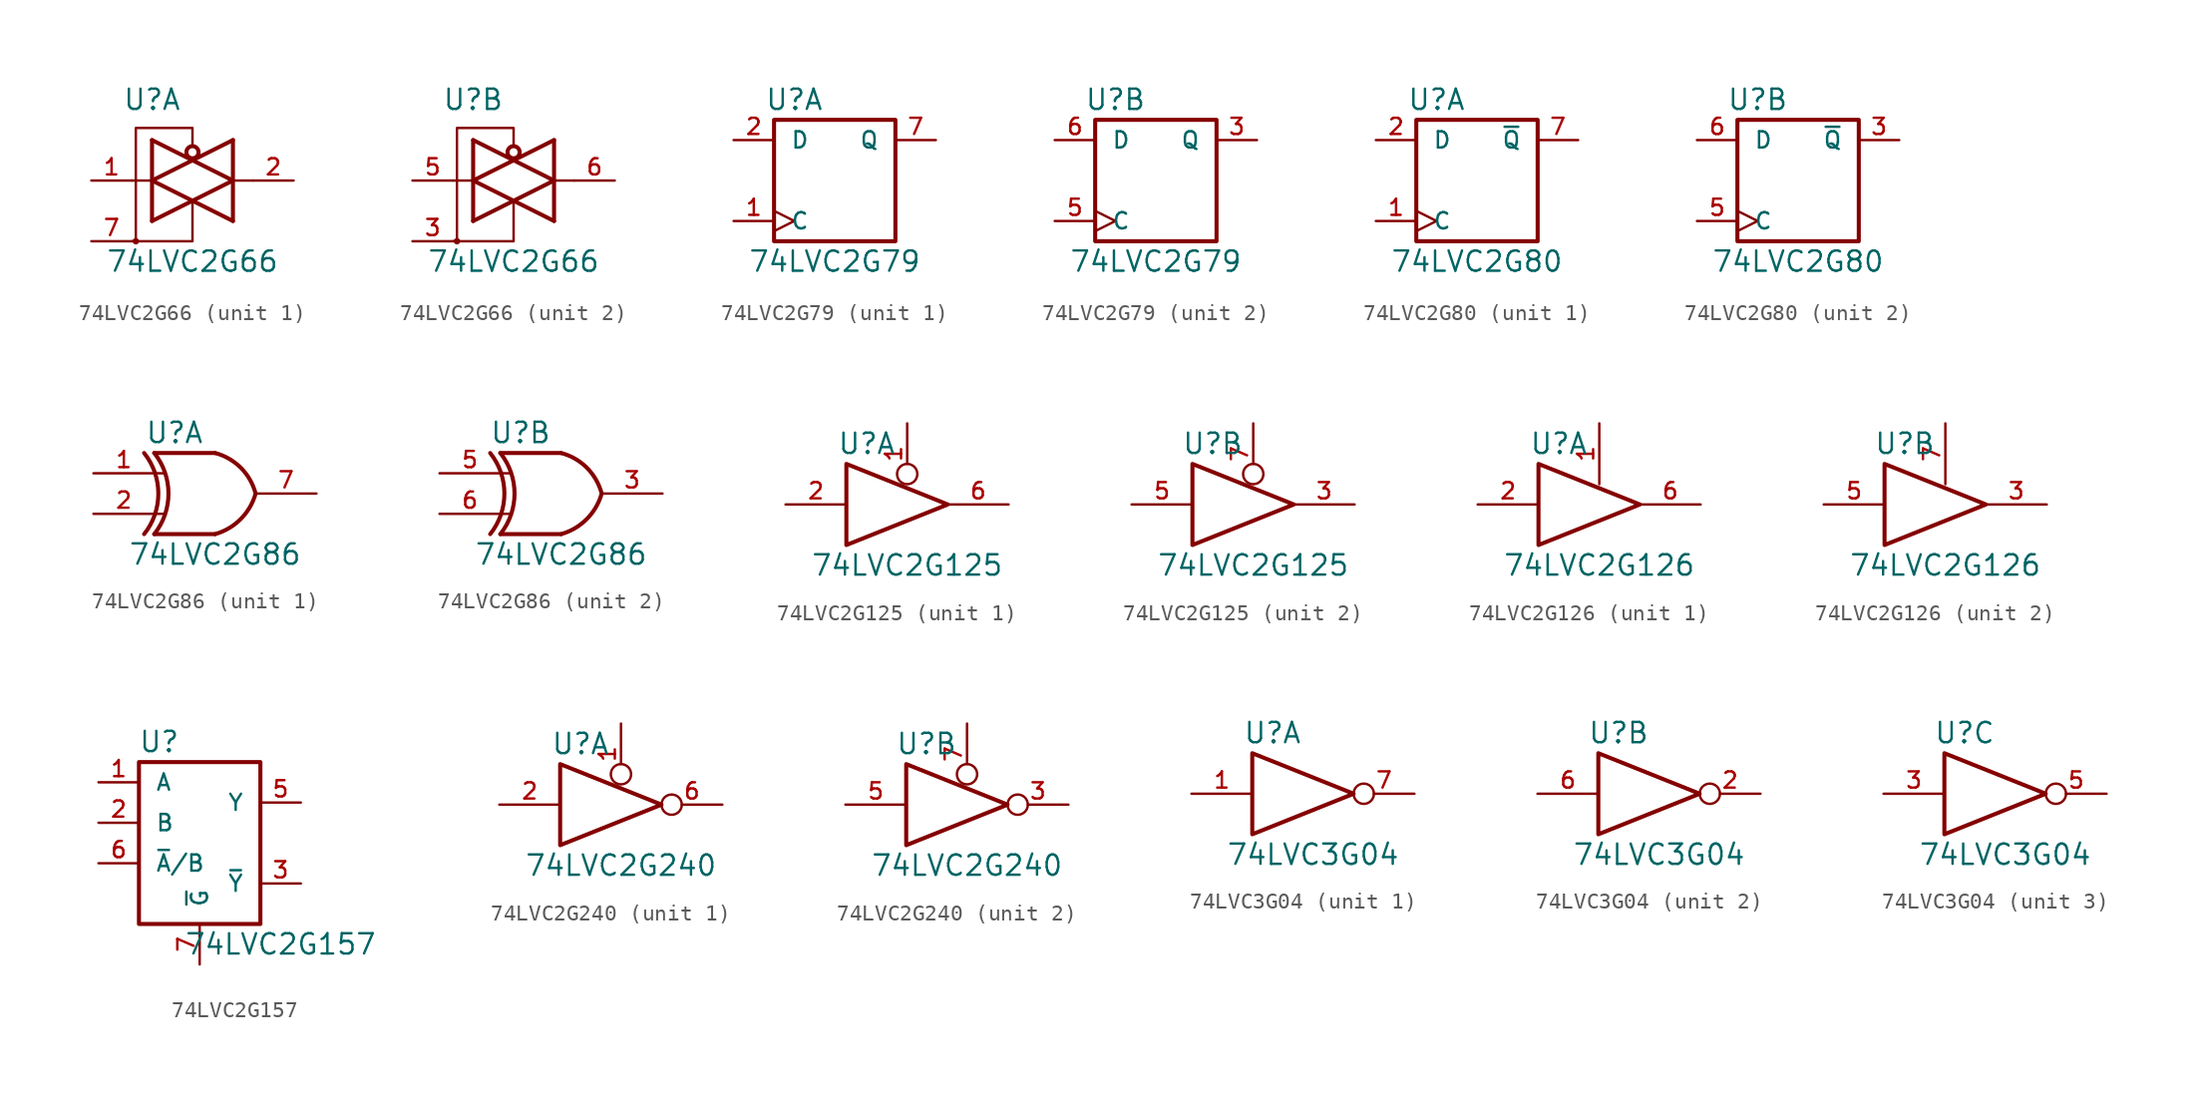
<source format=kicad_sym>
(kicad_symbol_lib
  (version 20211014)
  (generator kicad_symbol_editor)
  (symbol "74LVC2G66"
    (pin_names
      (offset 1.016))
    (property "Reference" "U"
      (at -2.54 5.08 0)
      (effects (font (size 1.27 1.27))))
    (property "Value" "74LVC2G66"
      (at 0 -5.08 0)
      (effects (font (size 1.27 1.27))))
    (symbol "74LVC2G66_0_1"
      (circle (center -3.556 -3.81) (radius 0.127) (stroke (width 0) (type default) (color 0 0 0 0)) (fill (type none)))
      (polyline (pts (xy -3.81 0) (xy -2.54 0)) (stroke (width 0) (type default) (color 0 0 0 0)) (fill (type none)))
      (polyline (pts (xy -2.54 2.54) (xy -2.54 -2.54)) (stroke (width 0.254) (type default) (color 0 0 0 0)) (fill (type none)))
      (polyline (pts (xy 2.54 0) (xy 3.81 0)) (stroke (width 0) (type default) (color 0 0 0 0)) (fill (type none)))
      (polyline (pts (xy 2.54 2.54) (xy 2.54 -2.54)) (stroke (width 0.254) (type default) (color 0 0 0 0)) (fill (type none)))
      (polyline (pts (xy -3.81 -3.81) (xy 0 -3.81) (xy 0 -1.27)) (stroke (width 0) (type default) (color 0 0 0 0)) (fill (type none)))
      (polyline (pts (xy -2.54 -2.54) (xy 2.54 0) (xy -2.54 2.54)) (stroke (width 0.254) (type default) (color 0 0 0 0)) (fill (type none)))
      (polyline (pts (xy 2.54 2.54) (xy -2.54 0) (xy 2.54 -2.54)) (stroke (width 0.254) (type default) (color 0 0 0 0)) (fill (type none)))
      (polyline (pts (xy 0 2.159) (xy 0 3.302) (xy -3.556 3.302) (xy -3.556 -3.81)) (stroke (width 0) (type default) (color 0 0 0 0)) (fill (type none)))
      (circle (center 0 1.778) (radius 0.381) (stroke (width 0.254) (type default) (color 0 0 0 0)) (fill (type none)))
      (pin power_in line (at 1.27 -3.81 270) (length 0) hide (name "GND" (effects (font (size 1.016 1.016)))) (number "4" (effects (font (size 1.016 1.016)))))
      (pin power_in line (at 1.27 3.81 90) (length 0) hide (name "VCC" (effects (font (size 1.016 1.016)))) (number "8" (effects (font (size 1.016 1.016))))))
    (symbol "74LVC2G66_1_1"
      (pin input line (at -6.35 0 0) (length 2.54) (name "~" (effects (font (size 1.016 1.016)))) (number "1" (effects (font (size 1.016 1.016)))))
      (pin tri_state line (at 6.35 0 180) (length 2.54) (name "~" (effects (font (size 1.016 1.016)))) (number "2" (effects (font (size 1.016 1.016)))))
      (pin input line (at -6.35 -3.81 0) (length 2.54) (name "~" (effects (font (size 1.016 1.016)))) (number "7" (effects (font (size 1.016 1.016))))))
    (symbol "74LVC2G66_2_1"
      (pin input line (at -6.35 -3.81 0) (length 2.54) (name "~" (effects (font (size 1.016 1.016)))) (number "3" (effects (font (size 1.016 1.016)))))
      (pin input line (at -6.35 0 0) (length 2.54) (name "~" (effects (font (size 1.016 1.016)))) (number "5" (effects (font (size 1.016 1.016)))))
      (pin tri_state line (at 6.35 0 180) (length 2.54) (name "~" (effects (font (size 1.016 1.016)))) (number "6" (effects (font (size 1.016 1.016)))))))
  (symbol "74LVC2G79"
    (pin_names
      (offset 1.016))
    (property "Reference" "U"
      (at -2.54 5.08 0)
      (effects (font (size 1.27 1.27))))
    (property "Value" "74LVC2G79"
      (at 0 -5.08 0)
      (effects (font (size 1.27 1.27))))
    (symbol "74LVC2G79_0_1"
      (rectangle (start -3.81 3.81) (end 3.81 -3.81) (stroke (width 0.254) (type default) (color 0 0 0 0)) (fill (type none)))
      (pin power_in line (at 0 -3.81 270) (length 0) hide (name "GND" (effects (font (size 1.016 1.016)))) (number "4" (effects (font (size 1.016 1.016)))))
      (pin power_in line (at 0 3.81 90) (length 0) hide (name "VCC" (effects (font (size 1.016 1.016)))) (number "8" (effects (font (size 1.016 1.016))))))
    (symbol "74LVC2G79_1_1"
      (pin input clock (at -6.35 -2.54 0) (length 2.54) (name "C" (effects (font (size 1.016 1.016)))) (number "1" (effects (font (size 1.016 1.016)))))
      (pin input line (at -6.35 2.54 0) (length 2.54) (name "D" (effects (font (size 1.016 1.016)))) (number "2" (effects (font (size 1.016 1.016)))))
      (pin output line (at 6.35 2.54 180) (length 2.54) (name "Q" (effects (font (size 1.016 1.016)))) (number "7" (effects (font (size 1.016 1.016))))))
    (symbol "74LVC2G79_2_1"
      (pin output line (at 6.35 2.54 180) (length 2.54) (name "Q" (effects (font (size 1.016 1.016)))) (number "3" (effects (font (size 1.016 1.016)))))
      (pin input clock (at -6.35 -2.54 0) (length 2.54) (name "C" (effects (font (size 1.016 1.016)))) (number "5" (effects (font (size 1.016 1.016)))))
      (pin input line (at -6.35 2.54 0) (length 2.54) (name "D" (effects (font (size 1.016 1.016)))) (number "6" (effects (font (size 1.016 1.016)))))))
  (symbol "74LVC2G80"
    (pin_names
      (offset 1.016))
    (property "Reference" "U"
      (at -2.54 5.08 0)
      (effects (font (size 1.27 1.27))))
    (property "Value" "74LVC2G80"
      (at 0 -5.08 0)
      (effects (font (size 1.27 1.27))))
    (symbol "74LVC2G80_0_1"
      (rectangle (start -3.81 3.81) (end 3.81 -3.81) (stroke (width 0.254) (type default) (color 0 0 0 0)) (fill (type none)))
      (pin power_in line (at 0 -3.81 270) (length 0) hide (name "GND" (effects (font (size 1.016 1.016)))) (number "4" (effects (font (size 1.016 1.016)))))
      (pin power_in line (at 0 3.81 90) (length 0) hide (name "VCC" (effects (font (size 1.016 1.016)))) (number "8" (effects (font (size 1.016 1.016))))))
    (symbol "74LVC2G80_1_1"
      (pin input clock (at -6.35 -2.54 0) (length 2.54) (name "C" (effects (font (size 1.016 1.016)))) (number "1" (effects (font (size 1.016 1.016)))))
      (pin input line (at -6.35 2.54 0) (length 2.54) (name "D" (effects (font (size 1.016 1.016)))) (number "2" (effects (font (size 1.016 1.016)))))
      (pin output line (at 6.35 2.54 180) (length 2.54) (name "~{Q}" (effects (font (size 1.016 1.016)))) (number "7" (effects (font (size 1.016 1.016))))))
    (symbol "74LVC2G80_2_1"
      (pin output line (at 6.35 2.54 180) (length 2.54) (name "~{Q}" (effects (font (size 1.016 1.016)))) (number "3" (effects (font (size 1.016 1.016)))))
      (pin input clock (at -6.35 -2.54 0) (length 2.54) (name "C" (effects (font (size 1.016 1.016)))) (number "5" (effects (font (size 1.016 1.016)))))
      (pin input line (at -6.35 2.54 0) (length 2.54) (name "D" (effects (font (size 1.016 1.016)))) (number "6" (effects (font (size 1.016 1.016)))))))
  (symbol "74LVC2G86"
    (pin_names
      (offset 1.016))
    (property "Reference" "U"
      (at -2.54 3.81 0)
      (effects (font (size 1.27 1.27))))
    (property "Value" "74LVC2G86"
      (at 0 -3.81 0)
      (effects (font (size 1.27 1.27))))
    (symbol "74LVC2G86_0_1"
      (arc (start -4.445 -2.54) (mid -3.554 0) (end -4.445 2.54) (stroke (width 0.254) (type default) (color 0 0 0 0)) (fill (type none)))
      (arc (start -3.81 -2.54) (mid -2.919 0) (end -3.81 2.54) (stroke (width 0.254) (type default) (color 0 0 0 0)) (fill (type none)))
      (arc (start 0 -2.54) (mid 1.5993 -1.6027) (end 2.54 0) (stroke (width 0.254) (type default) (color 0 0 0 0)) (fill (type none)))
      (polyline (pts (xy -3.81 -1.27) (xy -3.175 -1.27)) (stroke (width 0) (type default) (color 0 0 0 0)) (fill (type none)))
      (polyline (pts (xy -3.81 1.27) (xy -3.175 1.27)) (stroke (width 0) (type default) (color 0 0 0 0)) (fill (type none)))
      (polyline (pts (xy 0 -2.54) (xy -3.81 -2.54)) (stroke (width 0.254) (type default) (color 0 0 0 0)) (fill (type background)))
      (polyline (pts (xy 0 2.54) (xy -3.81 2.54)) (stroke (width 0.254) (type default) (color 0 0 0 0)) (fill (type background)))
      (arc (start 2.54 0) (mid 1.6119 1.6152) (end 0 2.54) (stroke (width 0.254) (type default) (color 0 0 0 0)) (fill (type none)))
      (pin power_in line (at 0 -2.54 270) (length 0) hide (name "GND" (effects (font (size 1.016 1.016)))) (number "4" (effects (font (size 1.016 1.016)))))
      (pin power_in line (at 0 2.54 90) (length 0) hide (name "VCC" (effects (font (size 1.016 1.016)))) (number "8" (effects (font (size 1.016 1.016))))))
    (symbol "74LVC2G86_1_1"
      (pin input line (at -7.62 1.27 0) (length 3.81) (name "~" (effects (font (size 1.016 1.016)))) (number "1" (effects (font (size 1.016 1.016)))))
      (pin input line (at -7.62 -1.27 0) (length 3.81) (name "~" (effects (font (size 1.016 1.016)))) (number "2" (effects (font (size 1.016 1.016)))))
      (pin output line (at 6.35 0 180) (length 3.81) (name "~" (effects (font (size 1.016 1.016)))) (number "7" (effects (font (size 1.016 1.016))))))
    (symbol "74LVC2G86_2_1"
      (pin output line (at 6.35 0 180) (length 3.81) (name "~" (effects (font (size 1.016 1.016)))) (number "3" (effects (font (size 1.016 1.016)))))
      (pin input line (at -7.62 1.27 0) (length 3.81) (name "~" (effects (font (size 1.016 1.016)))) (number "5" (effects (font (size 1.016 1.016)))))
      (pin input line (at -7.62 -1.27 0) (length 3.81) (name "~" (effects (font (size 1.016 1.016)))) (number "6" (effects (font (size 1.016 1.016)))))))
  (symbol "74LVC2G125"
    (pin_names
      (offset 1.016))
    (property "Reference" "U"
      (at -2.54 3.81 0)
      (effects (font (size 1.27 1.27))))
    (property "Value" "74LVC2G125"
      (at 0 -3.81 0)
      (effects (font (size 1.27 1.27))))
    (symbol "74LVC2G125_0_1"
      (polyline (pts (xy -3.81 2.54) (xy -3.81 -2.54) (xy 2.54 0) (xy -3.81 2.54)) (stroke (width 0.254) (type default) (color 0 0 0 0)) (fill (type none)))
      (pin power_in line (at 1.27 -1.27 270) (length 0) hide (name "GND" (effects (font (size 1.016 1.016)))) (number "4" (effects (font (size 1.016 1.016)))))
      (pin power_in line (at 1.27 1.27 90) (length 0) hide (name "VCC" (effects (font (size 1.016 1.016)))) (number "8" (effects (font (size 1.016 1.016))))))
    (symbol "74LVC2G125_1_1"
      (pin input inverted (at 0 5.08 270) (length 3.81) (name "~" (effects (font (size 1.016 1.016)))) (number "1" (effects (font (size 1.016 1.016)))))
      (pin input line (at -7.62 0 0) (length 3.81) (name "~" (effects (font (size 1.016 1.016)))) (number "2" (effects (font (size 1.016 1.016)))))
      (pin tri_state line (at 6.35 0 180) (length 3.81) (name "~" (effects (font (size 1.016 1.016)))) (number "6" (effects (font (size 1.016 1.016))))))
    (symbol "74LVC2G125_2_1"
      (pin tri_state line (at 6.35 0 180) (length 3.81) (name "~" (effects (font (size 1.016 1.016)))) (number "3" (effects (font (size 1.016 1.016)))))
      (pin input line (at -7.62 0 0) (length 3.81) (name "~" (effects (font (size 1.016 1.016)))) (number "5" (effects (font (size 1.016 1.016)))))
      (pin input inverted (at 0 5.08 270) (length 3.81) (name "~" (effects (font (size 1.016 1.016)))) (number "7" (effects (font (size 1.016 1.016)))))))
  (symbol "74LVC2G126"
    (pin_names
      (offset 1.016))
    (property "Reference" "U"
      (at -2.54 3.81 0)
      (effects (font (size 1.27 1.27))))
    (property "Value" "74LVC2G126"
      (at 0 -3.81 0)
      (effects (font (size 1.27 1.27))))
    (symbol "74LVC2G126_0_1"
      (polyline (pts (xy -3.81 2.54) (xy -3.81 -2.54) (xy 2.54 0) (xy -3.81 2.54)) (stroke (width 0.254) (type default) (color 0 0 0 0)) (fill (type none)))
      (pin power_in line (at 1.27 -1.27 270) (length 0) hide (name "GND" (effects (font (size 1.016 1.016)))) (number "4" (effects (font (size 1.016 1.016)))))
      (pin power_in line (at 1.27 1.27 90) (length 0) hide (name "VCC" (effects (font (size 1.016 1.016)))) (number "8" (effects (font (size 1.016 1.016))))))
    (symbol "74LVC2G126_1_1"
      (pin input line (at 0 5.08 270) (length 3.81) (name "~" (effects (font (size 1.016 1.016)))) (number "1" (effects (font (size 1.016 1.016)))))
      (pin input line (at -7.62 0 0) (length 3.81) (name "~" (effects (font (size 1.016 1.016)))) (number "2" (effects (font (size 1.016 1.016)))))
      (pin tri_state line (at 6.35 0 180) (length 3.81) (name "~" (effects (font (size 1.016 1.016)))) (number "6" (effects (font (size 1.016 1.016))))))
    (symbol "74LVC2G126_2_1"
      (pin tri_state line (at 6.35 0 180) (length 3.81) (name "~" (effects (font (size 1.016 1.016)))) (number "3" (effects (font (size 1.016 1.016)))))
      (pin input line (at -7.62 0 0) (length 3.81) (name "~" (effects (font (size 1.016 1.016)))) (number "5" (effects (font (size 1.016 1.016)))))
      (pin input line (at 0 5.08 270) (length 3.81) (name "~" (effects (font (size 1.016 1.016)))) (number "7" (effects (font (size 1.016 1.016)))))))
  (symbol "74LVC2G157"
    (pin_names
      (offset 1.016))
    (property "Reference" "U"
      (at -2.54 6.35 0)
      (effects (font (size 1.27 1.27))))
    (property "Value" "74LVC2G157"
      (at 5.08 -6.35 0)
      (effects (font (size 1.27 1.27))))
    (symbol "74LVC2G157_0_1"
      (rectangle (start -3.81 5.08) (end 3.81 -5.08) (stroke (width 0.254) (type default) (color 0 0 0 0)) (fill (type none))))
    (symbol "74LVC2G157_1_1"
      (pin input line (at -6.35 3.81 0) (length 2.54) (name "A" (effects (font (size 1.016 1.016)))) (number "1" (effects (font (size 1.016 1.016)))))
      (pin input line (at -6.35 1.27 0) (length 2.54) (name "B" (effects (font (size 1.016 1.016)))) (number "2" (effects (font (size 1.016 1.016)))))
      (pin output line (at 6.35 -2.54 180) (length 2.54) (name "~{Y}" (effects (font (size 1.016 1.016)))) (number "3" (effects (font (size 1.016 1.016)))))
      (pin power_in line (at 2.54 -5.08 270) (length 0) hide (name "GND" (effects (font (size 1.016 1.016)))) (number "4" (effects (font (size 1.016 1.016)))))
      (pin output line (at 6.35 2.54 180) (length 2.54) (name "Y" (effects (font (size 1.016 1.016)))) (number "5" (effects (font (size 1.016 1.016)))))
      (pin input line (at -6.35 -1.27 0) (length 2.54) (name "~{A}/B" (effects (font (size 1.016 1.016)))) (number "6" (effects (font (size 1.016 1.016)))))
      (pin input line (at 0 -7.62 90) (length 2.54) (name "~{G}" (effects (font (size 1.016 1.016)))) (number "7" (effects (font (size 1.016 1.016)))))
      (pin power_in line (at 2.54 5.08 90) (length 0) hide (name "VCC" (effects (font (size 1.016 1.016)))) (number "8" (effects (font (size 1.016 1.016)))))))
  (symbol "74LVC2G240"
    (pin_names
      (offset 1.016))
    (property "Reference" "U"
      (at -2.54 3.81 0)
      (effects (font (size 1.27 1.27))))
    (property "Value" "74LVC2G240"
      (at 0 -3.81 0)
      (effects (font (size 1.27 1.27))))
    (symbol "74LVC2G240_0_1"
      (polyline (pts (xy -3.81 2.54) (xy -3.81 -2.54) (xy 2.54 0) (xy -3.81 2.54)) (stroke (width 0.254) (type default) (color 0 0 0 0)) (fill (type none)))
      (pin power_in line (at 1.27 -1.27 270) (length 0) hide (name "GND" (effects (font (size 1.016 1.016)))) (number "4" (effects (font (size 1.016 1.016)))))
      (pin power_in line (at 1.27 1.27 90) (length 0) hide (name "VCC" (effects (font (size 1.016 1.016)))) (number "8" (effects (font (size 1.016 1.016))))))
    (symbol "74LVC2G240_1_1"
      (pin input inverted (at 0 5.08 270) (length 3.81) (name "~" (effects (font (size 1.016 1.016)))) (number "1" (effects (font (size 1.016 1.016)))))
      (pin input line (at -7.62 0 0) (length 3.81) (name "~" (effects (font (size 1.016 1.016)))) (number "2" (effects (font (size 1.016 1.016)))))
      (pin tri_state inverted (at 6.35 0 180) (length 3.81) (name "~" (effects (font (size 1.016 1.016)))) (number "6" (effects (font (size 1.016 1.016))))))
    (symbol "74LVC2G240_2_1"
      (pin tri_state inverted (at 6.35 0 180) (length 3.81) (name "~" (effects (font (size 1.016 1.016)))) (number "3" (effects (font (size 1.016 1.016)))))
      (pin input line (at -7.62 0 0) (length 3.81) (name "~" (effects (font (size 1.016 1.016)))) (number "5" (effects (font (size 1.016 1.016)))))
      (pin input inverted (at 0 5.08 270) (length 3.81) (name "~" (effects (font (size 1.016 1.016)))) (number "7" (effects (font (size 1.016 1.016)))))))
  (symbol "74LVC3G04"
    (pin_names
      (offset 1.016))
    (property "Reference" "U"
      (at -2.54 3.81 0)
      (effects (font (size 1.27 1.27))))
    (property "Value" "74LVC3G04"
      (at 0 -3.81 0)
      (effects (font (size 1.27 1.27))))
    (symbol "74LVC3G04_0_1"
      (polyline (pts (xy -3.81 2.54) (xy -3.81 -2.54) (xy 2.54 0) (xy -3.81 2.54)) (stroke (width 0.254) (type default) (color 0 0 0 0)) (fill (type none)))
      (pin power_in line (at 0 -2.54 270) (length 0) hide (name "GND" (effects (font (size 1.016 1.016)))) (number "4" (effects (font (size 1.016 1.016)))))
      (pin power_in line (at 0 2.54 90) (length 0) hide (name "VCC" (effects (font (size 1.016 1.016)))) (number "8" (effects (font (size 1.016 1.016))))))
    (symbol "74LVC3G04_1_1"
      (pin input line (at -7.62 0 0) (length 3.81) (name "~" (effects (font (size 1.016 1.016)))) (number "1" (effects (font (size 1.016 1.016)))))
      (pin output inverted (at 6.35 0 180) (length 3.81) (name "~" (effects (font (size 1.016 1.016)))) (number "7" (effects (font (size 1.016 1.016))))))
    (symbol "74LVC3G04_2_1"
      (pin output inverted (at 6.35 0 180) (length 3.81) (name "~" (effects (font (size 1.016 1.016)))) (number "2" (effects (font (size 1.016 1.016)))))
      (pin input line (at -7.62 0 0) (length 3.81) (name "~" (effects (font (size 1.016 1.016)))) (number "6" (effects (font (size 1.016 1.016))))))
    (symbol "74LVC3G04_3_1"
      (pin input line (at -7.62 0 0) (length 3.81) (name "~" (effects (font (size 1.016 1.016)))) (number "3" (effects (font (size 1.016 1.016)))))
      (pin output inverted (at 6.35 0 180) (length 3.81) (name "~" (effects (font (size 1.016 1.016)))) (number "5" (effects (font (size 1.016 1.016))))))))
</source>
